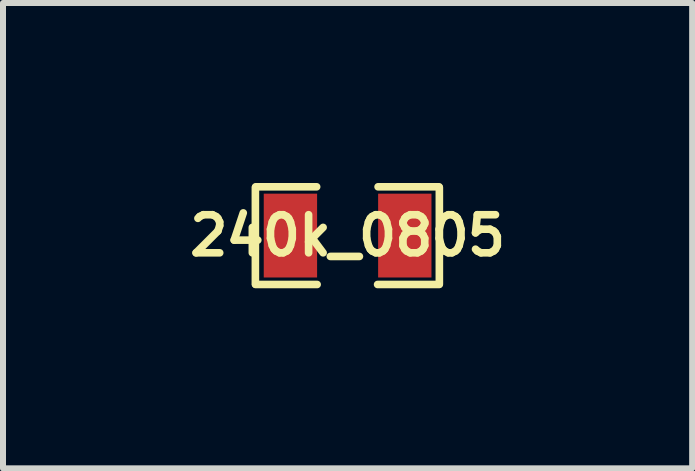
<source format=kicad_pcb>
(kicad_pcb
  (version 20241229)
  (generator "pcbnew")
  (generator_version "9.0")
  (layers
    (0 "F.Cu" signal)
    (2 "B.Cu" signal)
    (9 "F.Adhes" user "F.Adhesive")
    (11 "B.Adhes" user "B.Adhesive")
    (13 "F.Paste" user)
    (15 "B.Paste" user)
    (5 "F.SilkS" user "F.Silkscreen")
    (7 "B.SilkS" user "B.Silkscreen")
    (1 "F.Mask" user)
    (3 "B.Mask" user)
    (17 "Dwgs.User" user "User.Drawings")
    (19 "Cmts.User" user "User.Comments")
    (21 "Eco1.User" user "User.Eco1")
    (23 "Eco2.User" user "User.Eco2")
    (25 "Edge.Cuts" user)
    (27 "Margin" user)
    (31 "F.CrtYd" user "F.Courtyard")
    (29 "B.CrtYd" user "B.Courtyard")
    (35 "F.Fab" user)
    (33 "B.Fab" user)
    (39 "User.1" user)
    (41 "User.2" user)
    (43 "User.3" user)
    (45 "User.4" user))
  (footprint "240k_0805"
    (layer "F.Cu")
    (at 2.743 0.876)
    (property "Reference" "240k_0805" (at 0 0 0) (layer "F.SilkS") (effects (font (size 0.635 0.635) (thickness 0.127))))
    (attr smd)
    (fp_line (start -1.537 0.81) (end -1.537 -0.8) (stroke (width 0.127) (type solid)) (layer "F.SilkS"))
    (fp_line (start -1.532 0.815) (end -0.508 0.815) (stroke (width 0.127) (type solid)) (layer "F.SilkS"))
    (fp_line (start -0.516 -0.813) (end -1.532 -0.813) (stroke (width 0.127) (type solid)) (layer "F.SilkS"))
    (fp_line (start 0.508 -0.813) (end 1.524 -0.813) (stroke (width 0.127) (type solid)) (layer "F.SilkS"))
    (fp_line (start 1.524 0.815) (end 0.5 0.815) (stroke (width 0.127) (type solid)) (layer "F.SilkS"))
    (fp_line (start 1.529 0.81) (end 1.529 -0.8) (stroke (width 0.127) (type solid)) (layer "F.SilkS"))
    (pad "1" smd rect (at -0.953 0) (size 0.889 1.397) (layers "F.Cu" "F.Mask" "F.Paste"))
    (pad "2" smd rect (at 0.953 0) (size 0.889 1.397) (layers "F.Cu" "F.Mask" "F.Paste")))
  (gr_rect
    (start -3 -3)
    (end 8.485 4.755)
    (stroke (width 0.1) (type default))
    (fill no)
    (layer "Edge.Cuts")))
</source>
